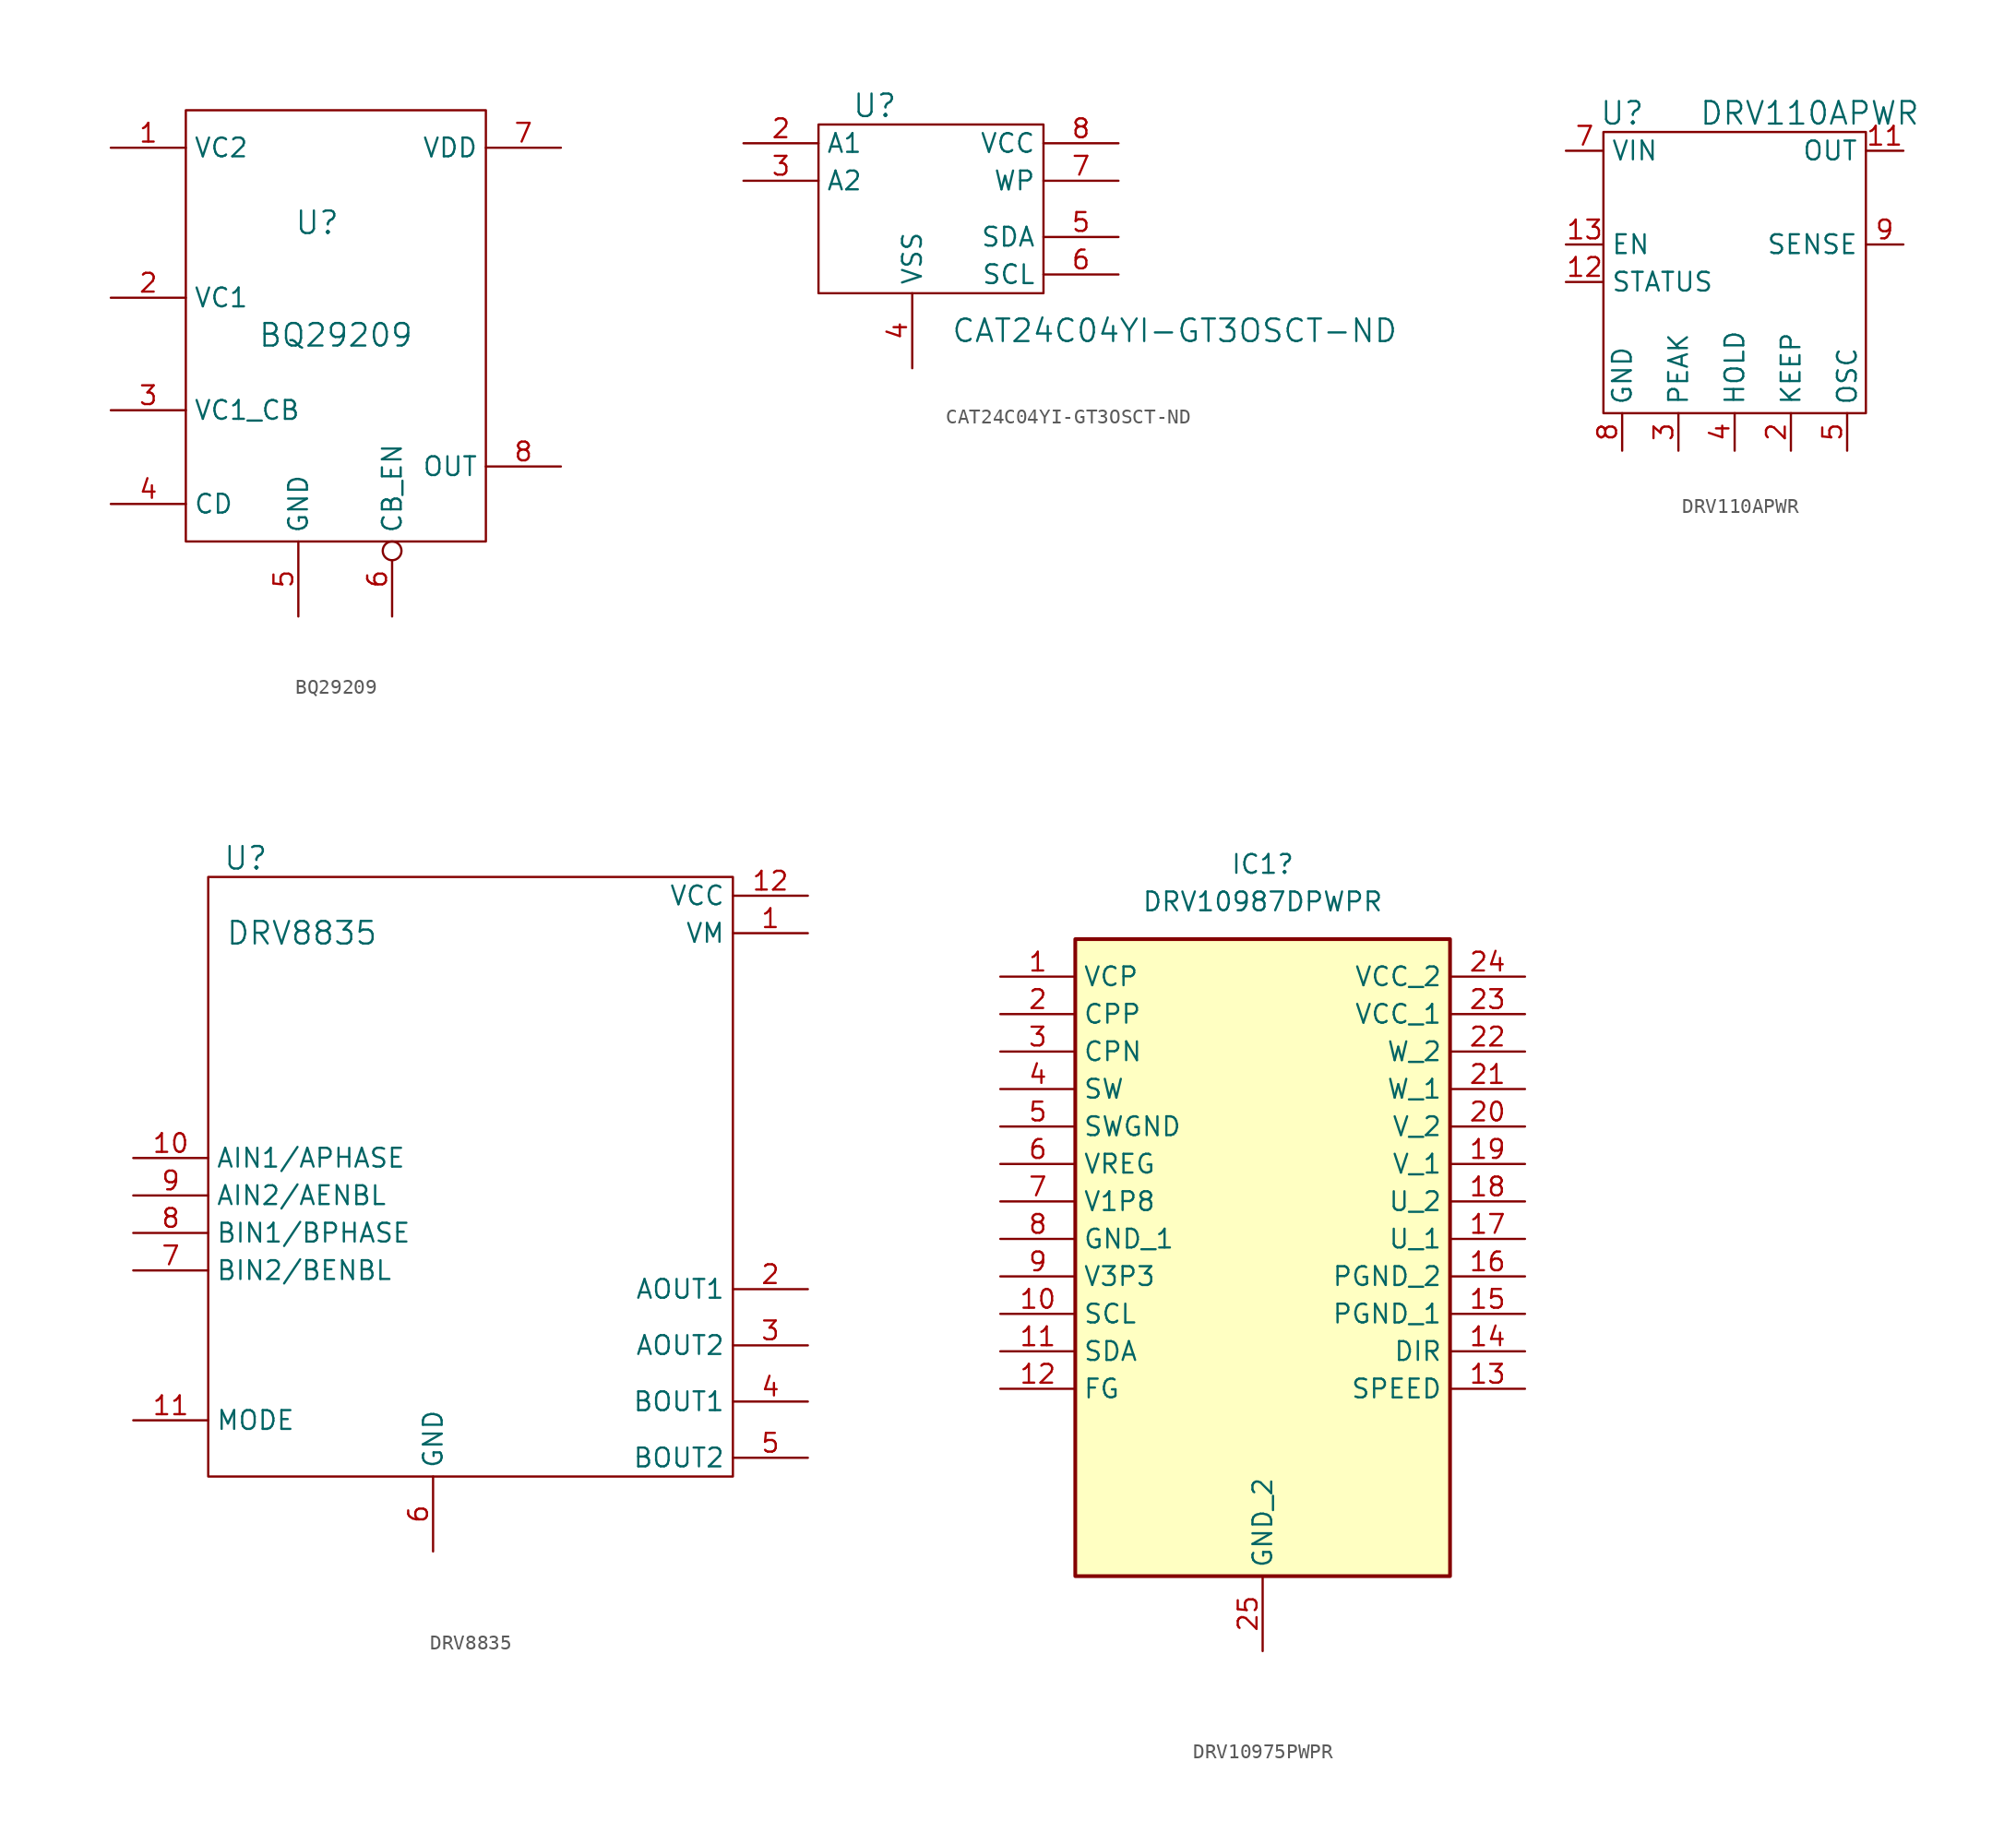
<source format=kicad_sym>
(kicad_symbol_lib
  (version 20220914)
  (generator kicad_symbol_editor)
  (symbol "BQ29209"
    (property "Reference" "U"
      (at 0 10.16 0)
      (effects (font (size 1.524 1.524))))
    (property "Value" "BQ29209"
      (at 1.27 2.54 0)
      (effects (font (size 1.524 1.524))))
    (property "Footprint" ""
      (at 5.08 -1.27 0)
      (effects (font (size 1.524 1.524))))
    (property "Datasheet" ""
      (at 5.08 -1.27 0)
      (effects (font (size 1.524 1.524))))
    (symbol "BQ29209_0_1"
      (rectangle (start -8.89 17.78) (end 11.43 -11.43) (stroke (width 0) (type default)) (fill (type none))))
    (symbol "BQ29209_1_1"
      (pin unspecified line (at -13.97 15.24 0) (length 5.08) (name "VC2" (effects (font (size 1.27 1.27)))) (number "1" (effects (font (size 1.27 1.27)))))
      (pin unspecified line (at -13.97 5.08 0) (length 5.08) (name "VC1" (effects (font (size 1.27 1.27)))) (number "2" (effects (font (size 1.27 1.27)))))
      (pin unspecified line (at -13.97 -2.54 0) (length 5.08) (name "VC1_CB" (effects (font (size 1.27 1.27)))) (number "3" (effects (font (size 1.27 1.27)))))
      (pin unspecified line (at -13.97 -8.89 0) (length 5.08) (name "CD" (effects (font (size 1.27 1.27)))) (number "4" (effects (font (size 1.27 1.27)))))
      (pin unspecified line (at -1.27 -16.51 90) (length 5.08) (name "GND" (effects (font (size 1.27 1.27)))) (number "5" (effects (font (size 1.27 1.27)))))
      (pin unspecified inverted (at 5.08 -16.51 90) (length 5.08) (name "CB_EN" (effects (font (size 1.27 1.27)))) (number "6" (effects (font (size 1.27 1.27)))))
      (pin power_in line (at 16.51 15.24 180) (length 5.08) (name "VDD" (effects (font (size 1.27 1.27)))) (number "7" (effects (font (size 1.27 1.27)))))
      (pin unspecified line (at 16.51 -6.35 180) (length 5.08) (name "OUT" (effects (font (size 1.27 1.27)))) (number "8" (effects (font (size 1.27 1.27)))))
      (pin unspecified line (at -1.27 -16.51 90) (length 5.08) hide (name "GND" (effects (font (size 1.27 1.27)))) (number "9" (effects (font (size 1.27 1.27)))))))
  (symbol "CAT24C04YI-GT3OSCT-ND"
    (property "Reference" "U"
      (at -1.27 5.08 0)
      (effects (font (size 1.524 1.524))))
    (property "Value" "CAT24C04YI-GT3OSCT-ND"
      (at 19.05 -10.16 0)
      (effects (font (size 1.524 1.524))))
    (property "Footprint" ""
      (at 5.08 -1.27 0)
      (effects (font (size 1.524 1.524))))
    (property "Datasheet" ""
      (at 5.08 -1.27 0)
      (effects (font (size 1.524 1.524))))
    (symbol "CAT24C04YI-GT3OSCT-ND_0_1"
      (rectangle (start -5.08 3.81) (end 10.16 -7.62) (stroke (width 0) (type default)) (fill (type none))))
    (symbol "CAT24C04YI-GT3OSCT-ND_1_1"
      (pin unspecified line (at -2.54 -2.54 0) (length 5.08) hide (name "NC" (effects (font (size 1.27 1.27)))) (number "1" (effects (font (size 1.27 1.27)))))
      (pin unspecified line (at -10.16 2.54 0) (length 5.08) (name "A1" (effects (font (size 1.27 1.27)))) (number "2" (effects (font (size 1.27 1.27)))))
      (pin unspecified line (at -10.16 0 0) (length 5.08) (name "A2" (effects (font (size 1.27 1.27)))) (number "3" (effects (font (size 1.27 1.27)))))
      (pin unspecified line (at 1.27 -12.7 90) (length 5.08) (name "VSS" (effects (font (size 1.27 1.27)))) (number "4" (effects (font (size 1.27 1.27)))))
      (pin unspecified line (at 15.24 -3.81 180) (length 5.08) (name "SDA" (effects (font (size 1.27 1.27)))) (number "5" (effects (font (size 1.27 1.27)))))
      (pin unspecified line (at 15.24 -6.35 180) (length 5.08) (name "SCL" (effects (font (size 1.27 1.27)))) (number "6" (effects (font (size 1.27 1.27)))))
      (pin unspecified line (at 15.24 0 180) (length 5.08) (name "WP" (effects (font (size 1.27 1.27)))) (number "7" (effects (font (size 1.27 1.27)))))
      (pin unspecified line (at 15.24 2.54 180) (length 5.08) (name "VCC" (effects (font (size 1.27 1.27)))) (number "8" (effects (font (size 1.27 1.27)))))))
  (symbol "DRV110APWR"
    (property "Reference" "U"
      (at -7.62 10.16 0)
      (effects (font (size 1.524 1.524))))
    (property "Value" "DRV110APWR"
      (at 5.08 10.16 0)
      (effects (font (size 1.524 1.524))))
    (symbol "DRV110APWR_0_1"
      (rectangle (start -8.89 8.89) (end 8.89 -10.16) (stroke (width 0) (type default)) (fill (type none))))
    (symbol "DRV110APWR_1_1"
      (pin unspecified line (at 11.43 7.62 180) (length 2.54) (name "OUT" (effects (font (size 1.27 1.27)))) (number "11" (effects (font (size 1.27 1.27)))))
      (pin unspecified line (at -11.43 -1.27 0) (length 2.54) (name "STATUS" (effects (font (size 1.27 1.27)))) (number "12" (effects (font (size 1.27 1.27)))))
      (pin unspecified line (at -11.43 1.27 0) (length 2.54) (name "EN" (effects (font (size 1.27 1.27)))) (number "13" (effects (font (size 1.27 1.27)))))
      (pin unspecified line (at 3.81 -12.7 90) (length 2.54) (name "KEEP" (effects (font (size 1.27 1.27)))) (number "2" (effects (font (size 1.27 1.27)))))
      (pin unspecified line (at -3.81 -12.7 90) (length 2.54) (name "PEAK" (effects (font (size 1.27 1.27)))) (number "3" (effects (font (size 1.27 1.27)))))
      (pin unspecified line (at 0 -12.7 90) (length 2.54) (name "HOLD" (effects (font (size 1.27 1.27)))) (number "4" (effects (font (size 1.27 1.27)))))
      (pin unspecified line (at 7.62 -12.7 90) (length 2.54) (name "OSC" (effects (font (size 1.27 1.27)))) (number "5" (effects (font (size 1.27 1.27)))))
      (pin unspecified line (at -11.43 7.62 0) (length 2.54) (name "VIN" (effects (font (size 1.27 1.27)))) (number "7" (effects (font (size 1.27 1.27)))))
      (pin unspecified line (at -7.62 -12.7 90) (length 2.54) (name "GND" (effects (font (size 1.27 1.27)))) (number "8" (effects (font (size 1.27 1.27)))))
      (pin unspecified line (at 11.43 1.27 180) (length 2.54) (name "SENSE" (effects (font (size 1.27 1.27)))) (number "9" (effects (font (size 1.27 1.27)))))))
  (symbol "DRV8835"
    (property "Reference" "U"
      (at -17.78 27.94 0)
      (effects (font (size 1.524 1.524))))
    (property "Value" "DRV8835"
      (at -13.97 22.86 0)
      (effects (font (size 1.524 1.524))))
    (property "Footprint" ""
      (at 0 0 0)
      (effects (font (size 1.524 1.524))))
    (property "Datasheet" ""
      (at 0 0 0)
      (effects (font (size 1.524 1.524))))
    (symbol "DRV8835_0_1"
      (rectangle (start 15.24 26.67) (end -20.32 -13.97) (stroke (width 0) (type default)) (fill (type none))))
    (symbol "DRV8835_1_1"
      (pin unspecified line (at 20.32 22.86 180) (length 5.08) (name "VM" (effects (font (size 1.27 1.27)))) (number "1" (effects (font (size 1.27 1.27)))))
      (pin unspecified line (at -25.4 7.62 0) (length 5.08) (name "AIN1/APHASE" (effects (font (size 1.27 1.27)))) (number "10" (effects (font (size 1.27 1.27)))))
      (pin unspecified line (at -25.4 -10.16 0) (length 5.08) (name "MODE" (effects (font (size 1.27 1.27)))) (number "11" (effects (font (size 1.27 1.27)))))
      (pin unspecified line (at 20.32 25.4 180) (length 5.08) (name "VCC" (effects (font (size 1.27 1.27)))) (number "12" (effects (font (size 1.27 1.27)))))
      (pin unspecified line (at 20.32 -1.27 180) (length 5.08) (name "AOUT1" (effects (font (size 1.27 1.27)))) (number "2" (effects (font (size 1.27 1.27)))))
      (pin unspecified line (at 20.32 -5.08 180) (length 5.08) (name "AOUT2" (effects (font (size 1.27 1.27)))) (number "3" (effects (font (size 1.27 1.27)))))
      (pin unspecified line (at 20.32 -8.89 180) (length 5.08) (name "BOUT1" (effects (font (size 1.27 1.27)))) (number "4" (effects (font (size 1.27 1.27)))))
      (pin unspecified line (at 20.32 -12.7 180) (length 5.08) (name "BOUT2" (effects (font (size 1.27 1.27)))) (number "5" (effects (font (size 1.27 1.27)))))
      (pin unspecified line (at -5.08 -19.05 90) (length 5.08) (name "GND" (effects (font (size 1.27 1.27)))) (number "6" (effects (font (size 1.27 1.27)))))
      (pin unspecified line (at -25.4 0 0) (length 5.08) (name "BIN2/BENBL" (effects (font (size 1.27 1.27)))) (number "7" (effects (font (size 1.27 1.27)))))
      (pin unspecified line (at -25.4 2.54 0) (length 5.08) (name "BIN1/BPHASE" (effects (font (size 1.27 1.27)))) (number "8" (effects (font (size 1.27 1.27)))))
      (pin unspecified line (at -25.4 5.08 0) (length 5.08) (name "AIN2/AENBL" (effects (font (size 1.27 1.27)))) (number "9" (effects (font (size 1.27 1.27)))))))
  (symbol "DRV10975PWPR"
    (property "Reference" "IC1"
      (at 17.78 7.62 0)
      (effects (font (size 1.27 1.27))))
    (property "Value" "DRV10987DPWPR"
      (at 17.78 5.08 0)
      (effects (font (size 1.27 1.27))))
    (symbol "DRV10975PWPR_1_1"
      (rectangle (start 5.08 2.54) (end 30.48 -40.64) (stroke (width 0.254) (type default)) (fill (type background)))
      (pin passive line (at 0 0 0) (length 5.08) (name "VCP" (effects (font (size 1.27 1.27)))) (number "1" (effects (font (size 1.27 1.27)))))
      (pin passive line (at 0 -22.86 0) (length 5.08) (name "SCL" (effects (font (size 1.27 1.27)))) (number "10" (effects (font (size 1.27 1.27)))))
      (pin passive line (at 0 -25.4 0) (length 5.08) (name "SDA" (effects (font (size 1.27 1.27)))) (number "11" (effects (font (size 1.27 1.27)))))
      (pin passive line (at 0 -27.94 0) (length 5.08) (name "FG" (effects (font (size 1.27 1.27)))) (number "12" (effects (font (size 1.27 1.27)))))
      (pin passive line (at 35.56 -27.94 180) (length 5.08) (name "SPEED" (effects (font (size 1.27 1.27)))) (number "13" (effects (font (size 1.27 1.27)))))
      (pin passive line (at 35.56 -25.4 180) (length 5.08) (name "DIR" (effects (font (size 1.27 1.27)))) (number "14" (effects (font (size 1.27 1.27)))))
      (pin passive line (at 35.56 -22.86 180) (length 5.08) (name "PGND_1" (effects (font (size 1.27 1.27)))) (number "15" (effects (font (size 1.27 1.27)))))
      (pin passive line (at 35.56 -20.32 180) (length 5.08) (name "PGND_2" (effects (font (size 1.27 1.27)))) (number "16" (effects (font (size 1.27 1.27)))))
      (pin passive line (at 35.56 -17.78 180) (length 5.08) (name "U_1" (effects (font (size 1.27 1.27)))) (number "17" (effects (font (size 1.27 1.27)))))
      (pin passive line (at 35.56 -15.24 180) (length 5.08) (name "U_2" (effects (font (size 1.27 1.27)))) (number "18" (effects (font (size 1.27 1.27)))))
      (pin passive line (at 35.56 -12.7 180) (length 5.08) (name "V_1" (effects (font (size 1.27 1.27)))) (number "19" (effects (font (size 1.27 1.27)))))
      (pin passive line (at 0 -2.54 0) (length 5.08) (name "CPP" (effects (font (size 1.27 1.27)))) (number "2" (effects (font (size 1.27 1.27)))))
      (pin passive line (at 35.56 -10.16 180) (length 5.08) (name "V_2" (effects (font (size 1.27 1.27)))) (number "20" (effects (font (size 1.27 1.27)))))
      (pin passive line (at 35.56 -7.62 180) (length 5.08) (name "W_1" (effects (font (size 1.27 1.27)))) (number "21" (effects (font (size 1.27 1.27)))))
      (pin passive line (at 35.56 -5.08 180) (length 5.08) (name "W_2" (effects (font (size 1.27 1.27)))) (number "22" (effects (font (size 1.27 1.27)))))
      (pin passive line (at 35.56 -2.54 180) (length 5.08) (name "VCC_1" (effects (font (size 1.27 1.27)))) (number "23" (effects (font (size 1.27 1.27)))))
      (pin passive line (at 35.56 0 180) (length 5.08) (name "VCC_2" (effects (font (size 1.27 1.27)))) (number "24" (effects (font (size 1.27 1.27)))))
      (pin passive line (at 17.78 -45.72 90) (length 5.08) (name "GND_2" (effects (font (size 1.27 1.27)))) (number "25" (effects (font (size 1.27 1.27)))))
      (pin passive line (at 0 -5.08 0) (length 5.08) (name "CPN" (effects (font (size 1.27 1.27)))) (number "3" (effects (font (size 1.27 1.27)))))
      (pin passive line (at 0 -7.62 0) (length 5.08) (name "SW" (effects (font (size 1.27 1.27)))) (number "4" (effects (font (size 1.27 1.27)))))
      (pin passive line (at 0 -10.16 0) (length 5.08) (name "SWGND" (effects (font (size 1.27 1.27)))) (number "5" (effects (font (size 1.27 1.27)))))
      (pin passive line (at 0 -12.7 0) (length 5.08) (name "VREG" (effects (font (size 1.27 1.27)))) (number "6" (effects (font (size 1.27 1.27)))))
      (pin passive line (at 0 -15.24 0) (length 5.08) (name "V1P8" (effects (font (size 1.27 1.27)))) (number "7" (effects (font (size 1.27 1.27)))))
      (pin passive line (at 0 -17.78 0) (length 5.08) (name "GND_1" (effects (font (size 1.27 1.27)))) (number "8" (effects (font (size 1.27 1.27)))))
      (pin passive line (at 0 -20.32 0) (length 5.08) (name "V3P3" (effects (font (size 1.27 1.27)))) (number "9" (effects (font (size 1.27 1.27))))))))
</source>
